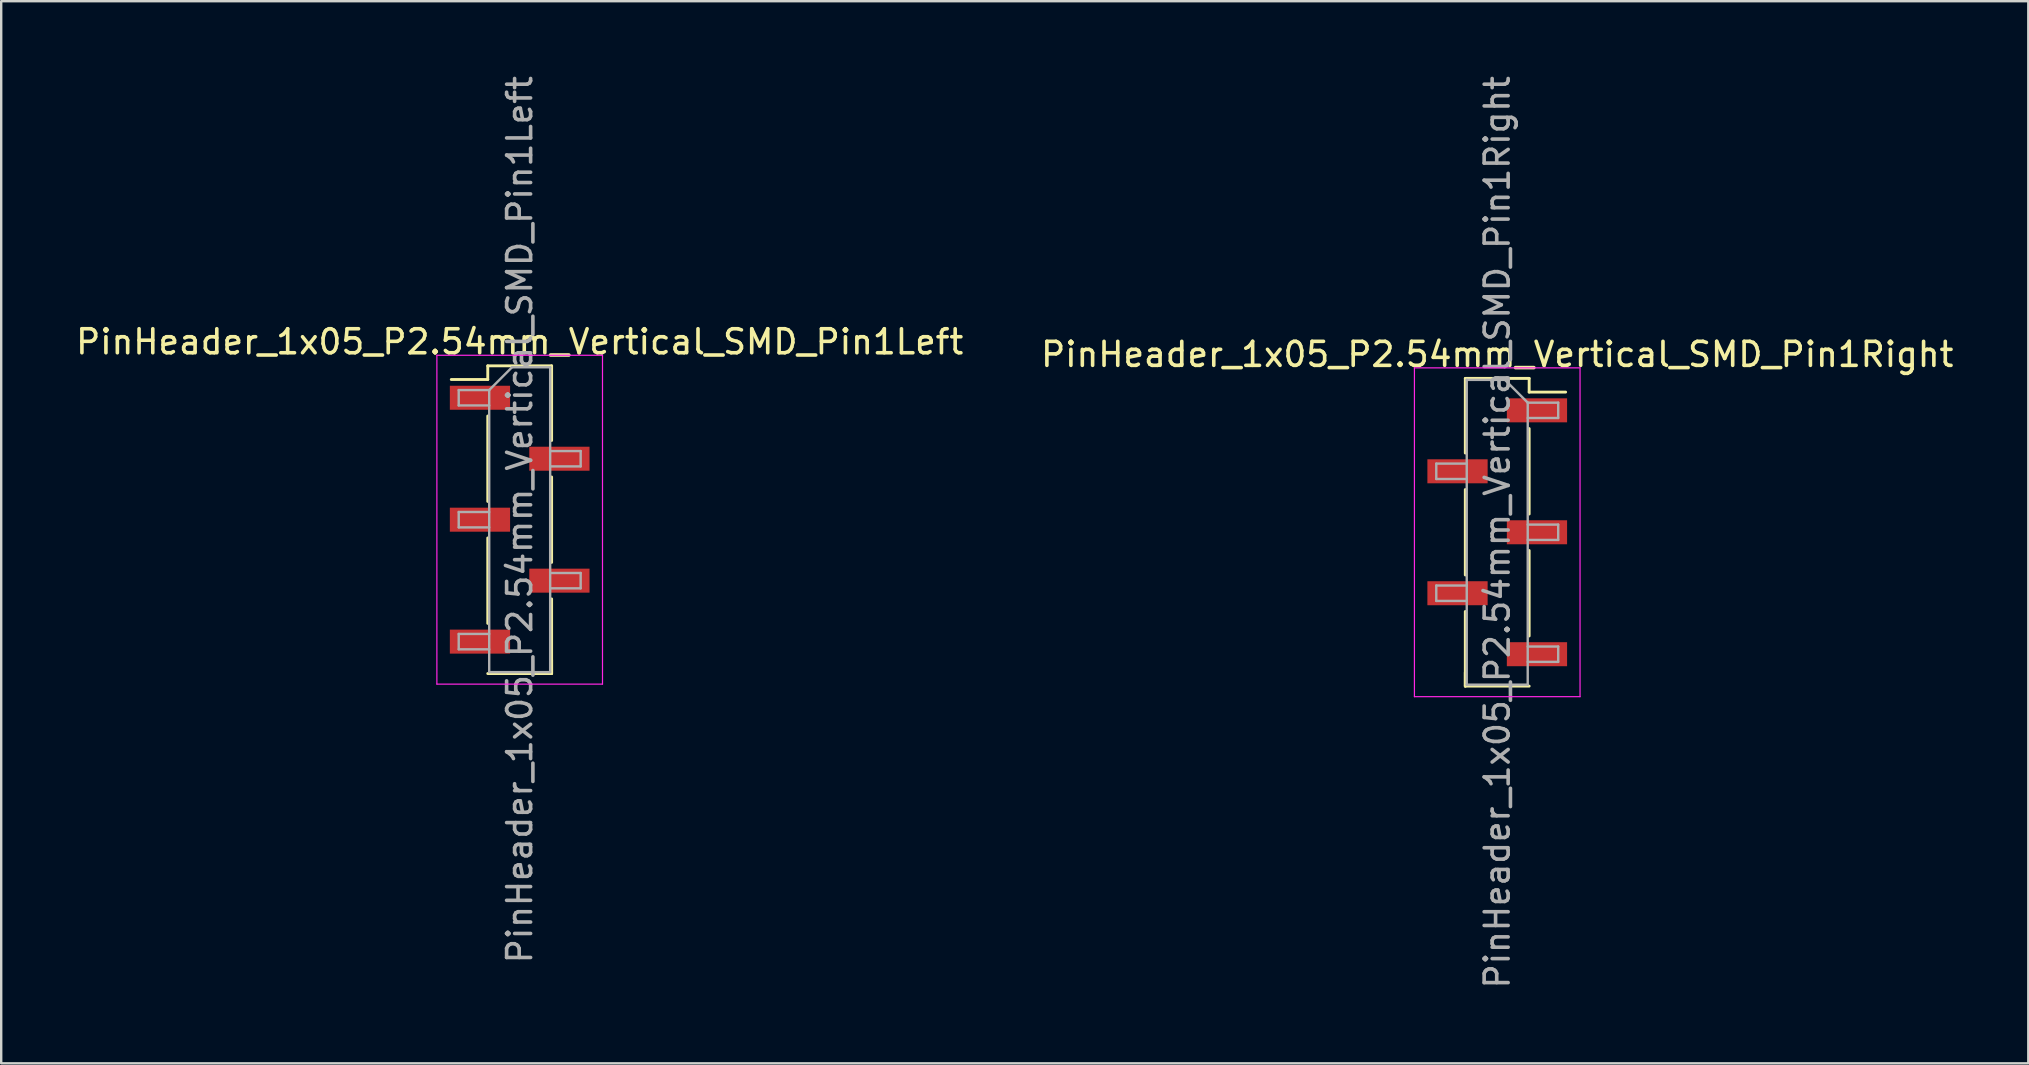
<source format=kicad_pcb>
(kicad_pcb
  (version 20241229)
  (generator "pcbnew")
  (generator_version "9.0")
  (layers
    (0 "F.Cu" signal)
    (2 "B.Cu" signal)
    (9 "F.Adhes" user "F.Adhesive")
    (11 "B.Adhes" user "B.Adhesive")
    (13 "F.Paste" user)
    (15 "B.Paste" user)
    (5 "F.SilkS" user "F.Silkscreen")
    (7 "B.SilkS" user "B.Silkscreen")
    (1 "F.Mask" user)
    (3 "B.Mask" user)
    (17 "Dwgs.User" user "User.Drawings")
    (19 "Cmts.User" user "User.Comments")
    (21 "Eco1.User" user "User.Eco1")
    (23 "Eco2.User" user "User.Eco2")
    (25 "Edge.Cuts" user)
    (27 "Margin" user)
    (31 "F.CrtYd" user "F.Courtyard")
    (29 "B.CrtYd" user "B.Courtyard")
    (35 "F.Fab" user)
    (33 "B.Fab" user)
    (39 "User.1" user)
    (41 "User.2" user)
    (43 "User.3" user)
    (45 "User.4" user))
  (footprint "PinHeader_1x05_P2.54mm_Vertical_SMD_Pin1Right"
    (layer "F.Cu")
    (at 59.327 19.125)
    (property "Reference" "PinHeader_1x05_P2.54mm_Vertical_SMD_Pin1Right" (at 0 -7.41 0) (layer "F.SilkS") (effects (font (size 1 1) (thickness 0.15))))
    (attr smd)
    (fp_line (start -1.33 -6.41) (end -1.33 -3.3) (stroke (width 0.12) (type solid)) (layer "F.SilkS"))
    (fp_line (start -1.33 -6.41) (end 1.33 -6.41) (stroke (width 0.12) (type solid)) (layer "F.SilkS"))
    (fp_line (start -1.33 -1.78) (end -1.33 1.78) (stroke (width 0.12) (type solid)) (layer "F.SilkS"))
    (fp_line (start -1.33 3.3) (end -1.33 6.41) (stroke (width 0.12) (type solid)) (layer "F.SilkS"))
    (fp_line (start -1.33 5.84) (end -1.33 6.41) (stroke (width 0.12) (type solid)) (layer "F.SilkS"))
    (fp_line (start -1.33 6.41) (end 1.33 6.41) (stroke (width 0.12) (type solid)) (layer "F.SilkS"))
    (fp_line (start 1.33 -6.41) (end 1.33 -5.84) (stroke (width 0.12) (type solid)) (layer "F.SilkS"))
    (fp_line (start 1.33 -5.84) (end 2.85 -5.84) (stroke (width 0.12) (type solid)) (layer "F.SilkS"))
    (fp_line (start 1.33 -4.32) (end 1.33 -0.76) (stroke (width 0.12) (type solid)) (layer "F.SilkS"))
    (fp_line (start 1.33 0.76) (end 1.33 4.32) (stroke (width 0.12) (type solid)) (layer "F.SilkS"))
    (fp_line (start -3.45 -6.85) (end -3.45 6.85) (stroke (width 0.05) (type solid)) (layer "F.CrtYd"))
    (fp_line (start -3.45 6.85) (end 3.45 6.85) (stroke (width 0.05) (type solid)) (layer "F.CrtYd"))
    (fp_line (start 3.45 -6.85) (end -3.45 -6.85) (stroke (width 0.05) (type solid)) (layer "F.CrtYd"))
    (fp_line (start 3.45 6.85) (end 3.45 -6.85) (stroke (width 0.05) (type solid)) (layer "F.CrtYd"))
    (fp_line (start -2.54 -2.86) (end -2.54 -2.22) (stroke (width 0.1) (type solid)) (layer "F.Fab"))
    (fp_line (start -2.54 -2.22) (end -1.27 -2.22) (stroke (width 0.1) (type solid)) (layer "F.Fab"))
    (fp_line (start -2.54 2.22) (end -2.54 2.86) (stroke (width 0.1) (type solid)) (layer "F.Fab"))
    (fp_line (start -2.54 2.86) (end -1.27 2.86) (stroke (width 0.1) (type solid)) (layer "F.Fab"))
    (fp_line (start -1.27 -6.35) (end -1.27 6.35) (stroke (width 0.1) (type solid)) (layer "F.Fab"))
    (fp_line (start -1.27 -6.35) (end 0.32 -6.35) (stroke (width 0.1) (type solid)) (layer "F.Fab"))
    (fp_line (start -1.27 -2.86) (end -2.54 -2.86) (stroke (width 0.1) (type solid)) (layer "F.Fab"))
    (fp_line (start -1.27 2.22) (end -2.54 2.22) (stroke (width 0.1) (type solid)) (layer "F.Fab"))
    (fp_line (start 1.27 -5.4) (end 0.32 -6.35) (stroke (width 0.1) (type solid)) (layer "F.Fab"))
    (fp_line (start 1.27 -5.4) (end 2.54 -5.4) (stroke (width 0.1) (type solid)) (layer "F.Fab"))
    (fp_line (start 1.27 -0.32) (end 2.54 -0.32) (stroke (width 0.1) (type solid)) (layer "F.Fab"))
    (fp_line (start 1.27 4.76) (end 2.54 4.76) (stroke (width 0.1) (type solid)) (layer "F.Fab"))
    (fp_line (start 1.27 6.35) (end -1.27 6.35) (stroke (width 0.1) (type solid)) (layer "F.Fab"))
    (fp_line (start 1.27 6.35) (end 1.27 -5.4) (stroke (width 0.1) (type solid)) (layer "F.Fab"))
    (fp_line (start 2.54 -5.4) (end 2.54 -4.76) (stroke (width 0.1) (type solid)) (layer "F.Fab"))
    (fp_line (start 2.54 -4.76) (end 1.27 -4.76) (stroke (width 0.1) (type solid)) (layer "F.Fab"))
    (fp_line (start 2.54 -0.32) (end 2.54 0.32) (stroke (width 0.1) (type solid)) (layer "F.Fab"))
    (fp_line (start 2.54 0.32) (end 1.27 0.32) (stroke (width 0.1) (type solid)) (layer "F.Fab"))
    (fp_line (start 2.54 4.76) (end 2.54 5.4) (stroke (width 0.1) (type solid)) (layer "F.Fab"))
    (fp_line (start 2.54 5.4) (end 1.27 5.4) (stroke (width 0.1) (type solid)) (layer "F.Fab"))
    (fp_text user "${REFERENCE}" (at 0 0 90) (layer "F.Fab") (effects (font (size 1 1) (thickness 0.15))))
    (pad "1" smd rect (at 1.655 -5.08) (size 2.51 1) (layers "F.Cu" "F.Mask" "F.Paste"))
    (pad "2" smd rect (at -1.655 -2.54) (size 2.51 1) (layers "F.Cu" "F.Mask" "F.Paste"))
    (pad "3" smd rect (at 1.655 0) (size 2.51 1) (layers "F.Cu" "F.Mask" "F.Paste"))
    (pad "4" smd rect (at -1.655 2.54) (size 2.51 1) (layers "F.Cu" "F.Mask" "F.Paste"))
    (pad "5" smd rect (at 1.655 5.08) (size 2.51 1) (layers "F.Cu" "F.Mask" "F.Paste")))
  (footprint "PinHeader_1x05_P2.54mm_Vertical_SMD_Pin1Left"
    (layer "F.Cu")
    (at 18.601 18.601)
    (property "Reference" "PinHeader_1x05_P2.54mm_Vertical_SMD_Pin1Left" (at 0 -7.41 0) (layer "F.SilkS") (effects (font (size 1 1) (thickness 0.15))))
    (attr smd)
    (fp_line (start -1.33 -6.41) (end -1.33 -5.84) (stroke (width 0.12) (type solid)) (layer "F.SilkS"))
    (fp_line (start -1.33 -6.41) (end 1.33 -6.41) (stroke (width 0.12) (type solid)) (layer "F.SilkS"))
    (fp_line (start -1.33 -5.84) (end -2.85 -5.84) (stroke (width 0.12) (type solid)) (layer "F.SilkS"))
    (fp_line (start -1.33 -4.32) (end -1.33 -0.76) (stroke (width 0.12) (type solid)) (layer "F.SilkS"))
    (fp_line (start -1.33 0.76) (end -1.33 4.32) (stroke (width 0.12) (type solid)) (layer "F.SilkS"))
    (fp_line (start -1.33 6.41) (end 1.33 6.41) (stroke (width 0.12) (type solid)) (layer "F.SilkS"))
    (fp_line (start 1.33 -6.41) (end 1.33 -3.3) (stroke (width 0.12) (type solid)) (layer "F.SilkS"))
    (fp_line (start 1.33 -1.78) (end 1.33 1.78) (stroke (width 0.12) (type solid)) (layer "F.SilkS"))
    (fp_line (start 1.33 3.3) (end 1.33 6.41) (stroke (width 0.12) (type solid)) (layer "F.SilkS"))
    (fp_line (start 1.33 5.84) (end 1.33 6.41) (stroke (width 0.12) (type solid)) (layer "F.SilkS"))
    (fp_line (start -3.45 -6.85) (end -3.45 6.85) (stroke (width 0.05) (type solid)) (layer "F.CrtYd"))
    (fp_line (start -3.45 6.85) (end 3.45 6.85) (stroke (width 0.05) (type solid)) (layer "F.CrtYd"))
    (fp_line (start 3.45 -6.85) (end -3.45 -6.85) (stroke (width 0.05) (type solid)) (layer "F.CrtYd"))
    (fp_line (start 3.45 6.85) (end 3.45 -6.85) (stroke (width 0.05) (type solid)) (layer "F.CrtYd"))
    (fp_line (start -2.54 -5.4) (end -2.54 -4.76) (stroke (width 0.1) (type solid)) (layer "F.Fab"))
    (fp_line (start -2.54 -4.76) (end -1.27 -4.76) (stroke (width 0.1) (type solid)) (layer "F.Fab"))
    (fp_line (start -2.54 -0.32) (end -2.54 0.32) (stroke (width 0.1) (type solid)) (layer "F.Fab"))
    (fp_line (start -2.54 0.32) (end -1.27 0.32) (stroke (width 0.1) (type solid)) (layer "F.Fab"))
    (fp_line (start -2.54 4.76) (end -2.54 5.4) (stroke (width 0.1) (type solid)) (layer "F.Fab"))
    (fp_line (start -2.54 5.4) (end -1.27 5.4) (stroke (width 0.1) (type solid)) (layer "F.Fab"))
    (fp_line (start -1.27 -5.4) (end -2.54 -5.4) (stroke (width 0.1) (type solid)) (layer "F.Fab"))
    (fp_line (start -1.27 -5.4) (end -0.32 -6.35) (stroke (width 0.1) (type solid)) (layer "F.Fab"))
    (fp_line (start -1.27 -0.32) (end -2.54 -0.32) (stroke (width 0.1) (type solid)) (layer "F.Fab"))
    (fp_line (start -1.27 4.76) (end -2.54 4.76) (stroke (width 0.1) (type solid)) (layer "F.Fab"))
    (fp_line (start -1.27 6.35) (end -1.27 -5.4) (stroke (width 0.1) (type solid)) (layer "F.Fab"))
    (fp_line (start -0.32 -6.35) (end 1.27 -6.35) (stroke (width 0.1) (type solid)) (layer "F.Fab"))
    (fp_line (start 1.27 -6.35) (end 1.27 6.35) (stroke (width 0.1) (type solid)) (layer "F.Fab"))
    (fp_line (start 1.27 -2.86) (end 2.54 -2.86) (stroke (width 0.1) (type solid)) (layer "F.Fab"))
    (fp_line (start 1.27 2.22) (end 2.54 2.22) (stroke (width 0.1) (type solid)) (layer "F.Fab"))
    (fp_line (start 1.27 6.35) (end -1.27 6.35) (stroke (width 0.1) (type solid)) (layer "F.Fab"))
    (fp_line (start 2.54 -2.86) (end 2.54 -2.22) (stroke (width 0.1) (type solid)) (layer "F.Fab"))
    (fp_line (start 2.54 -2.22) (end 1.27 -2.22) (stroke (width 0.1) (type solid)) (layer "F.Fab"))
    (fp_line (start 2.54 2.22) (end 2.54 2.86) (stroke (width 0.1) (type solid)) (layer "F.Fab"))
    (fp_line (start 2.54 2.86) (end 1.27 2.86) (stroke (width 0.1) (type solid)) (layer "F.Fab"))
    (fp_text user "${REFERENCE}" (at 0 0 90) (layer "F.Fab") (effects (font (size 1 1) (thickness 0.15))))
    (pad "1" smd rect (at -1.655 -5.08) (size 2.51 1) (layers "F.Cu" "F.Mask" "F.Paste"))
    (pad "2" smd rect (at 1.655 -2.54) (size 2.51 1) (layers "F.Cu" "F.Mask" "F.Paste"))
    (pad "3" smd rect (at -1.655 0) (size 2.51 1) (layers "F.Cu" "F.Mask" "F.Paste"))
    (pad "4" smd rect (at 1.655 2.54) (size 2.51 1) (layers "F.Cu" "F.Mask" "F.Paste"))
    (pad "5" smd rect (at -1.655 5.08) (size 2.51 1) (layers "F.Cu" "F.Mask" "F.Paste")))
  (gr_rect
    (start -3 -3)
    (end 81.452 41.25)
    (stroke (width 0.1) (type default))
    (fill no)
    (layer "Edge.Cuts")))
</source>
